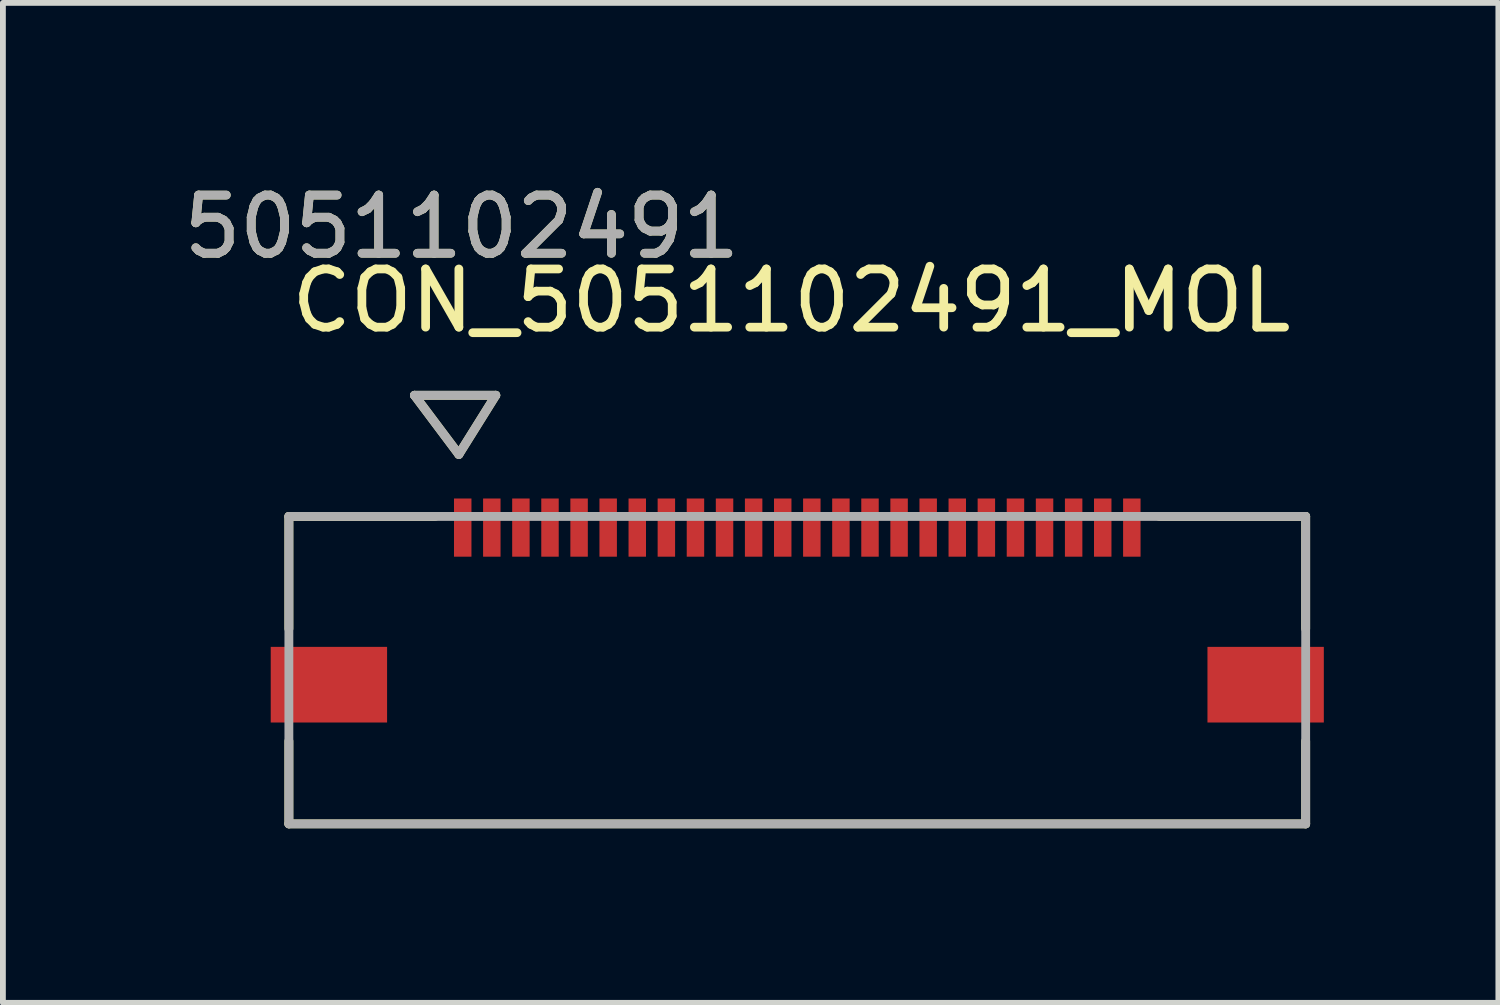
<source format=kicad_pcb>
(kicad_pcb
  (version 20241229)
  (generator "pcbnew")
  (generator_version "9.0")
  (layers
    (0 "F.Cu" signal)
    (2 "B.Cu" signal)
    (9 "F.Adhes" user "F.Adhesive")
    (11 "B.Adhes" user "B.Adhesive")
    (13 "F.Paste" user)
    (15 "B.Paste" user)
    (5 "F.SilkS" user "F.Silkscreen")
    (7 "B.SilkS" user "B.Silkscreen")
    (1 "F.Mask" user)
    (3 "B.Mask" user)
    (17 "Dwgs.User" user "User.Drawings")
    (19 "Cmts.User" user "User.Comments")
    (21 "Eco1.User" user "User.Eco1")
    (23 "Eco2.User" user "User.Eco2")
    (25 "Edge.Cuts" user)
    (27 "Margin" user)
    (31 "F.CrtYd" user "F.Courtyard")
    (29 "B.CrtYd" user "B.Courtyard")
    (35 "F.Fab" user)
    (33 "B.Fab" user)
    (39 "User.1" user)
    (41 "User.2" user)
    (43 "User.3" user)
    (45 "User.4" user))
  (footprint "CON_5051102491_MOL"
    (layer "F.Cu")
    (at 10.653 8.468)
    (property "Reference" "CON_5051102491_MOL" (at -0.102 -6.35 0) (layer "F.SilkS") (effects (font (size 1 1) (thickness 0.15))))
    (attr smd)
    (fp_line (start -8.738 -2.642) (end -8.738 -0.711) (stroke (width 0.152) (type solid)) (layer "F.SilkS"))
    (fp_line (start -8.738 1.219) (end -8.738 2.642) (stroke (width 0.152) (type solid)) (layer "F.SilkS"))
    (fp_line (start -8.738 2.642) (end 8.738 2.642) (stroke (width 0.152) (type solid)) (layer "F.SilkS"))
    (fp_line (start -6.579 -4.724) (end -5.817 -3.708) (stroke (width 0.152) (type solid)) (layer "F.SilkS"))
    (fp_line (start -6.579 -4.724) (end -5.182 -4.724) (stroke (width 0.152) (type solid)) (layer "F.SilkS"))
    (fp_line (start -6.223 -2.642) (end -8.738 -2.642) (stroke (width 0.152) (type solid)) (layer "F.SilkS"))
    (fp_line (start -5.182 -4.724) (end -5.817 -3.708) (stroke (width 0.152) (type solid)) (layer "F.SilkS"))
    (fp_line (start 8.738 -2.642) (end 6.223 -2.642) (stroke (width 0.152) (type solid)) (layer "F.SilkS"))
    (fp_line (start 8.738 -0.711) (end 8.738 -2.642) (stroke (width 0.152) (type solid)) (layer "F.SilkS"))
    (fp_line (start 8.738 2.642) (end 8.738 1.219) (stroke (width 0.152) (type solid)) (layer "F.SilkS"))
    (fp_line (start -8.738 -2.642) (end -8.738 2.642) (stroke (width 0.152) (type solid)) (layer "F.Fab"))
    (fp_line (start -8.738 2.642) (end 8.738 2.642) (stroke (width 0.152) (type solid)) (layer "F.Fab"))
    (fp_line (start -6.579 -4.724) (end -5.817 -3.708) (stroke (width 0.152) (type solid)) (layer "F.Fab"))
    (fp_line (start -6.579 -4.724) (end -5.182 -4.724) (stroke (width 0.152) (type solid)) (layer "F.Fab"))
    (fp_line (start -5.182 -4.724) (end -5.817 -3.708) (stroke (width 0.152) (type solid)) (layer "F.Fab"))
    (fp_line (start 8.738 -2.642) (end -8.738 -2.642) (stroke (width 0.152) (type solid)) (layer "F.Fab"))
    (fp_line (start 8.738 2.642) (end 8.738 -2.642) (stroke (width 0.152) (type solid)) (layer "F.Fab"))
    (fp_text user "5051102491" (at -5.766 -7.62 0) (layer "F.SilkS") (effects (font (size 1 1) (thickness 0.15))))
    (fp_text user "5051102491" (at -5.766 -7.62 0) (layer "F.Fab") (effects (font (size 1 1) (thickness 0.15))))
    (pad "1" smd rect (at -5.75 -2.45) (size 0.3 1) (layers "F.Cu" "F.Mask" "F.Paste"))
    (pad "2" smd rect (at -5.25 -2.45) (size 0.3 1) (layers "F.Cu" "F.Mask" "F.Paste"))
    (pad "3" smd rect (at -4.75 -2.45) (size 0.3 1) (layers "F.Cu" "F.Mask" "F.Paste"))
    (pad "4" smd rect (at -4.25 -2.45) (size 0.3 1) (layers "F.Cu" "F.Mask" "F.Paste"))
    (pad "5" smd rect (at -3.75 -2.45) (size 0.3 1) (layers "F.Cu" "F.Mask" "F.Paste"))
    (pad "6" smd rect (at -3.25 -2.45) (size 0.3 1) (layers "F.Cu" "F.Mask" "F.Paste"))
    (pad "7" smd rect (at -2.75 -2.45) (size 0.3 1) (layers "F.Cu" "F.Mask" "F.Paste"))
    (pad "8" smd rect (at -2.25 -2.45) (size 0.3 1) (layers "F.Cu" "F.Mask" "F.Paste"))
    (pad "9" smd rect (at -1.75 -2.45) (size 0.3 1) (layers "F.Cu" "F.Mask" "F.Paste"))
    (pad "10" smd rect (at -1.25 -2.45) (size 0.3 1) (layers "F.Cu" "F.Mask" "F.Paste"))
    (pad "11" smd rect (at -0.75 -2.45) (size 0.3 1) (layers "F.Cu" "F.Mask" "F.Paste"))
    (pad "12" smd rect (at -0.25 -2.45) (size 0.3 1) (layers "F.Cu" "F.Mask" "F.Paste"))
    (pad "13" smd rect (at 0.25 -2.45) (size 0.3 1) (layers "F.Cu" "F.Mask" "F.Paste"))
    (pad "14" smd rect (at 0.75 -2.45) (size 0.3 1) (layers "F.Cu" "F.Mask" "F.Paste"))
    (pad "15" smd rect (at 1.25 -2.45) (size 0.3 1) (layers "F.Cu" "F.Mask" "F.Paste"))
    (pad "16" smd rect (at 1.75 -2.45) (size 0.3 1) (layers "F.Cu" "F.Mask" "F.Paste"))
    (pad "17" smd rect (at 2.25 -2.45) (size 0.3 1) (layers "F.Cu" "F.Mask" "F.Paste"))
    (pad "18" smd rect (at 2.75 -2.45) (size 0.3 1) (layers "F.Cu" "F.Mask" "F.Paste"))
    (pad "19" smd rect (at 3.25 -2.45) (size 0.3 1) (layers "F.Cu" "F.Mask" "F.Paste"))
    (pad "20" smd rect (at 3.75 -2.45) (size 0.3 1) (layers "F.Cu" "F.Mask" "F.Paste"))
    (pad "21" smd rect (at 4.25 -2.45) (size 0.3 1) (layers "F.Cu" "F.Mask" "F.Paste"))
    (pad "22" smd rect (at 4.75 -2.45) (size 0.3 1) (layers "F.Cu" "F.Mask" "F.Paste"))
    (pad "23" smd rect (at 5.25 -2.45) (size 0.3 1) (layers "F.Cu" "F.Mask" "F.Paste"))
    (pad "24" smd rect (at 5.75 -2.45) (size 0.3 1) (layers "F.Cu" "F.Mask" "F.Paste"))
    (pad "P1" smd rect (at -8.05 0.25) (size 2 1.3) (layers "F.Cu" "F.Mask" "F.Paste"))
    (pad "P2" smd rect (at 8.05 0.25) (size 2 1.3) (layers "F.Cu" "F.Mask" "F.Paste")))
  (gr_rect
    (start -3 -3)
    (end 22.703 14.186)
    (stroke (width 0.1) (type default))
    (fill no)
    (layer "Edge.Cuts")))
</source>
